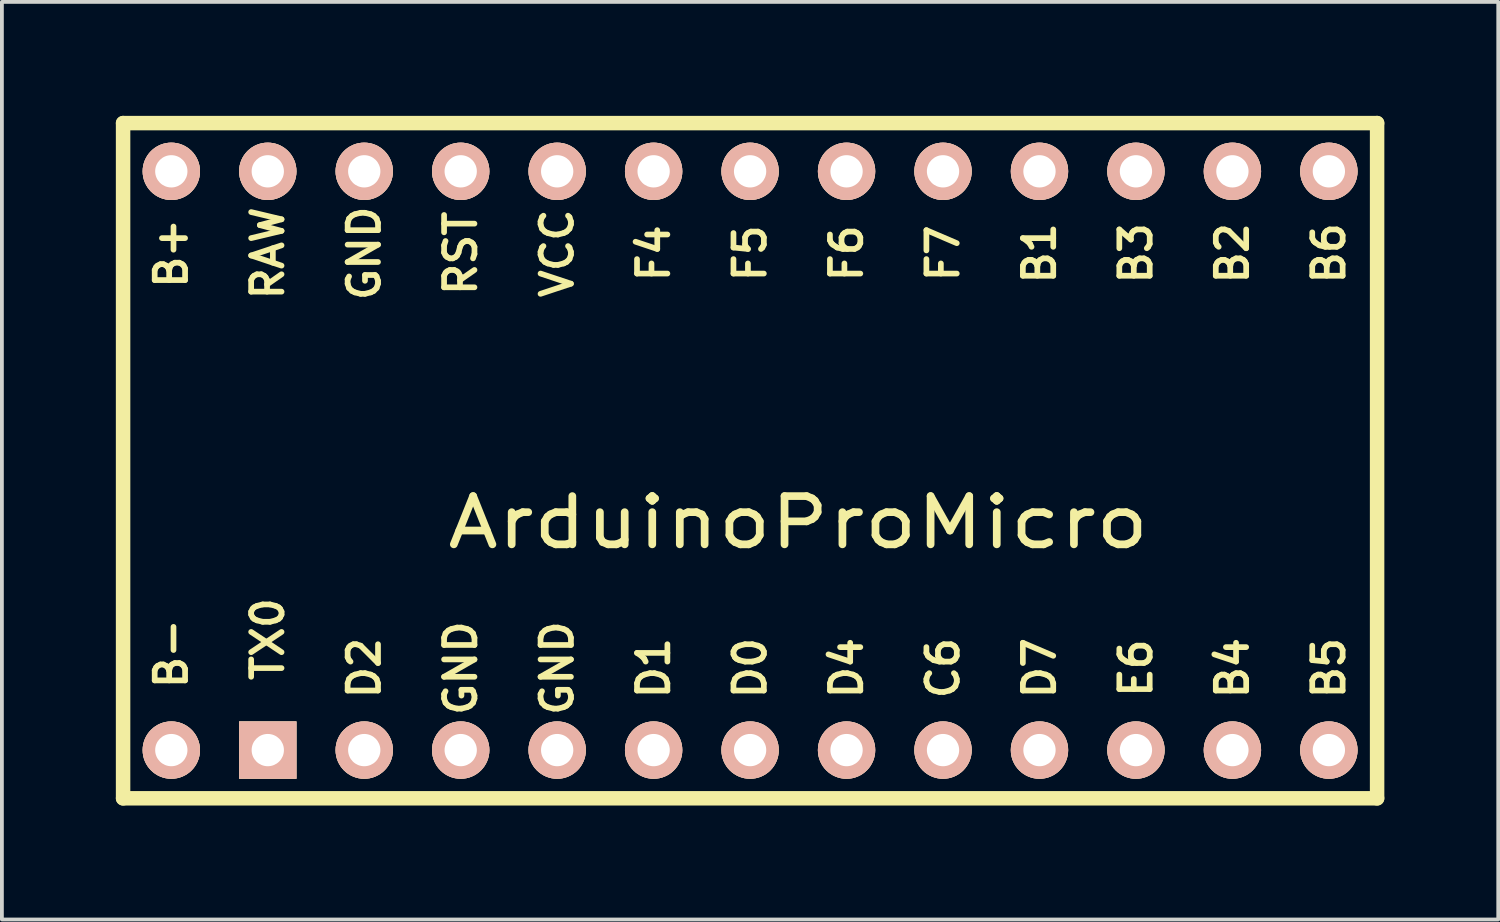
<source format=kicad_pcb>
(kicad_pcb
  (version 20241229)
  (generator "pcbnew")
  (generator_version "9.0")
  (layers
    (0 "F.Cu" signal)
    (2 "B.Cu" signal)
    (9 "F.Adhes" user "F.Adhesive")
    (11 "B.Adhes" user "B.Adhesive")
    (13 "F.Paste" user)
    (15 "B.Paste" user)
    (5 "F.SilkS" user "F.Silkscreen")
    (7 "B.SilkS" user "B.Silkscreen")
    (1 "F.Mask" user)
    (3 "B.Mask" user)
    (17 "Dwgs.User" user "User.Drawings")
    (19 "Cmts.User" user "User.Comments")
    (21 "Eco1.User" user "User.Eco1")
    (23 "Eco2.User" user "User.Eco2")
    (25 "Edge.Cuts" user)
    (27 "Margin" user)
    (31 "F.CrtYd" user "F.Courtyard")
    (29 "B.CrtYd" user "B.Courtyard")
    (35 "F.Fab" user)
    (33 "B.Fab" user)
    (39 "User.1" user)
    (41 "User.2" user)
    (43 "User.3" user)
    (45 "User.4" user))
  (footprint "ArduinoProMicro"
    (layer "F.Cu")
    (at 17.971 9.081)
    (property "Reference" "ArduinoProMicro" (at 0 1.625 0) (layer "F.SilkS") (effects (font (size 1.27 1.524) (thickness 0.203))))
    (attr through_hole)
    (fp_line (start -17.78 -8.89) (end -17.78 8.89) (stroke (width 0.381) (type solid)) (layer "F.SilkS"))
    (fp_line (start -17.78 8.89) (end 15.24 8.89) (stroke (width 0.381) (type solid)) (layer "F.SilkS"))
    (fp_line (start 15.24 -8.89) (end -17.78 -8.89) (stroke (width 0.381) (type solid)) (layer "F.SilkS"))
    (fp_line (start 15.24 8.89) (end 15.24 -8.89) (stroke (width 0.381) (type solid)) (layer "F.SilkS"))
    (fp_text user "B2" (at 11.43 -5.461 90) (layer "F.SilkS") (effects (font (size 0.8 0.8) (thickness 0.15))))
    (fp_text user "C6" (at 3.81 5.461 90) (layer "F.SilkS") (effects (font (size 0.8 0.8) (thickness 0.15))))
    (fp_text user "GND" (at -8.89 5.461 90) (layer "F.SilkS") (effects (font (size 0.8 0.8) (thickness 0.15))))
    (fp_text user "F5" (at -1.27 -5.461 90) (layer "F.SilkS") (effects (font (size 0.8 0.8) (thickness 0.15))))
    (fp_text user "D0" (at -1.27 5.461 90) (layer "F.SilkS") (effects (font (size 0.8 0.8) (thickness 0.15))))
    (fp_text user "B5" (at 13.97 5.461 90) (layer "F.SilkS") (effects (font (size 0.8 0.8) (thickness 0.15))))
    (fp_text user "F6" (at 1.27 -5.461 90) (layer "F.SilkS") (effects (font (size 0.8 0.8) (thickness 0.15))))
    (fp_text user "B+" (at -16.51 -5.461 90) (layer "F.SilkS") (effects (font (size 0.8 0.8) (thickness 0.15))))
    (fp_text user "B4" (at 11.43 5.461 90) (layer "F.SilkS") (effects (font (size 0.8 0.8) (thickness 0.15))))
    (fp_text user "VCC" (at -6.35 -5.461 90) (layer "F.SilkS") (effects (font (size 0.8 0.8) (thickness 0.15))))
    (fp_text user "B1" (at 6.35 -5.461 90) (layer "F.SilkS") (effects (font (size 0.8 0.8) (thickness 0.15))))
    (fp_text user "F7" (at 3.81 -5.461 90) (layer "F.SilkS") (effects (font (size 0.8 0.8) (thickness 0.15))))
    (fp_text user "RAW" (at -13.97 -5.461 90) (layer "F.SilkS") (effects (font (size 0.8 0.8) (thickness 0.15))))
    (fp_text user "D7" (at 6.35 5.461 90) (layer "F.SilkS") (effects (font (size 0.8 0.8) (thickness 0.15))))
    (fp_text user "D1" (at -3.81 5.461 90) (layer "F.SilkS") (effects (font (size 0.8 0.8) (thickness 0.15))))
    (fp_text user "TX0" (at -13.97 4.699 90) (layer "F.SilkS") (effects (font (size 0.8 0.8) (thickness 0.15))))
    (fp_text user "F4" (at -3.81 -5.461 90) (layer "F.SilkS") (effects (font (size 0.8 0.8) (thickness 0.15))))
    (fp_text user "GND" (at -6.35 5.461 90) (layer "F.SilkS") (effects (font (size 0.8 0.8) (thickness 0.15))))
    (fp_text user "RST" (at -8.89 -5.461 90) (layer "F.SilkS") (effects (font (size 0.8 0.8) (thickness 0.15))))
    (fp_text user "B3" (at 8.89 -5.461 90) (layer "F.SilkS") (effects (font (size 0.8 0.8) (thickness 0.15))))
    (fp_text user "D4" (at 1.27 5.461 90) (layer "F.SilkS") (effects (font (size 0.8 0.8) (thickness 0.15))))
    (fp_text user "B6" (at 13.97 -5.461 90) (layer "F.SilkS") (effects (font (size 0.8 0.8) (thickness 0.15))))
    (fp_text user "E6" (at 8.89 5.461 90) (layer "F.SilkS") (effects (font (size 0.8 0.8) (thickness 0.15))))
    (fp_text user "D2" (at -11.43 5.461 90) (layer "F.SilkS") (effects (font (size 0.8 0.8) (thickness 0.15))))
    (fp_text user "GND" (at -11.43 -5.461 90) (layer "F.SilkS") (effects (font (size 0.8 0.8) (thickness 0.15))))
    (fp_text user "B-" (at -16.51 5.08 90) (layer "F.SilkS") (effects (font (size 0.8 0.8) (thickness 0.15))))
    (pad "1" thru_hole circle (at -16.51 7.62) (size 1.51 1.51) (drill 0.85) (layers "*.Cu" "*.SilkS" "*.Mask"))
    (pad "2" thru_hole rect (at -13.97 7.62) (size 1.51 1.51) (drill 0.85) (layers "*.Cu" "*.SilkS" "*.Mask"))
    (pad "3" thru_hole circle (at -11.43 7.62) (size 1.51 1.51) (drill 0.85) (layers "*.Cu" "*.SilkS" "*.Mask"))
    (pad "4" thru_hole circle (at -8.89 7.62) (size 1.51 1.51) (drill 0.85) (layers "*.Cu" "*.SilkS" "*.Mask"))
    (pad "5" thru_hole circle (at -6.35 7.62) (size 1.51 1.51) (drill 0.85) (layers "*.Cu" "*.SilkS" "*.Mask"))
    (pad "6" thru_hole circle (at -3.81 7.62) (size 1.51 1.51) (drill 0.85) (layers "*.Cu" "*.SilkS" "*.Mask"))
    (pad "7" thru_hole circle (at -1.27 7.62) (size 1.51 1.51) (drill 0.85) (layers "*.Cu" "*.SilkS" "*.Mask"))
    (pad "8" thru_hole circle (at 1.27 7.62) (size 1.51 1.51) (drill 0.85) (layers "*.Cu" "*.SilkS" "*.Mask"))
    (pad "9" thru_hole circle (at 3.81 7.62) (size 1.51 1.51) (drill 0.85) (layers "*.Cu" "*.SilkS" "*.Mask"))
    (pad "10" thru_hole circle (at 6.35 7.62) (size 1.51 1.51) (drill 0.85) (layers "*.Cu" "*.SilkS" "*.Mask"))
    (pad "11" thru_hole circle (at 8.89 7.62) (size 1.51 1.51) (drill 0.85) (layers "*.Cu" "*.SilkS" "*.Mask"))
    (pad "12" thru_hole circle (at 11.43 7.62) (size 1.51 1.51) (drill 0.85) (layers "*.Cu" "*.SilkS" "*.Mask"))
    (pad "13" thru_hole circle (at 13.97 7.62) (size 1.51 1.51) (drill 0.85) (layers "*.Cu" "*.SilkS" "*.Mask"))
    (pad "14" thru_hole circle (at 13.97 -7.62) (size 1.51 1.51) (drill 0.85) (layers "*.Cu" "*.SilkS" "*.Mask"))
    (pad "15" thru_hole circle (at 11.43 -7.62) (size 1.51 1.51) (drill 0.85) (layers "*.Cu" "*.SilkS" "*.Mask"))
    (pad "16" thru_hole circle (at 8.89 -7.62) (size 1.51 1.51) (drill 0.85) (layers "*.Cu" "*.SilkS" "*.Mask"))
    (pad "17" thru_hole circle (at 6.35 -7.62) (size 1.51 1.51) (drill 0.85) (layers "*.Cu" "*.SilkS" "*.Mask"))
    (pad "18" thru_hole circle (at 3.81 -7.62) (size 1.51 1.51) (drill 0.85) (layers "*.Cu" "*.SilkS" "*.Mask"))
    (pad "19" thru_hole circle (at 1.27 -7.62) (size 1.51 1.51) (drill 0.85) (layers "*.Cu" "*.SilkS" "*.Mask"))
    (pad "20" thru_hole circle (at -1.27 -7.62) (size 1.51 1.51) (drill 0.85) (layers "*.Cu" "*.SilkS" "*.Mask"))
    (pad "21" thru_hole circle (at -3.81 -7.62) (size 1.51 1.51) (drill 0.85) (layers "*.Cu" "*.SilkS" "*.Mask"))
    (pad "22" thru_hole circle (at -6.35 -7.62) (size 1.51 1.51) (drill 0.85) (layers "*.Cu" "*.SilkS" "*.Mask"))
    (pad "23" thru_hole circle (at -8.89 -7.62) (size 1.51 1.51) (drill 0.85) (layers "*.Cu" "*.SilkS" "*.Mask"))
    (pad "24" thru_hole circle (at -11.43 -7.62) (size 1.51 1.51) (drill 0.85) (layers "*.Cu" "*.SilkS" "*.Mask"))
    (pad "25" thru_hole circle (at -13.97 -7.62) (size 1.51 1.51) (drill 0.85) (layers "*.Cu" "*.SilkS" "*.Mask"))
    (pad "26" thru_hole circle (at -16.51 -7.62) (size 1.51 1.51) (drill 0.85) (layers "*.Cu" "*.SilkS" "*.Mask")))
  (gr_rect
    (start -3 -3)
    (end 36.401 21.161)
    (stroke (width 0.1) (type default))
    (fill no)
    (layer "Edge.Cuts")))
</source>
